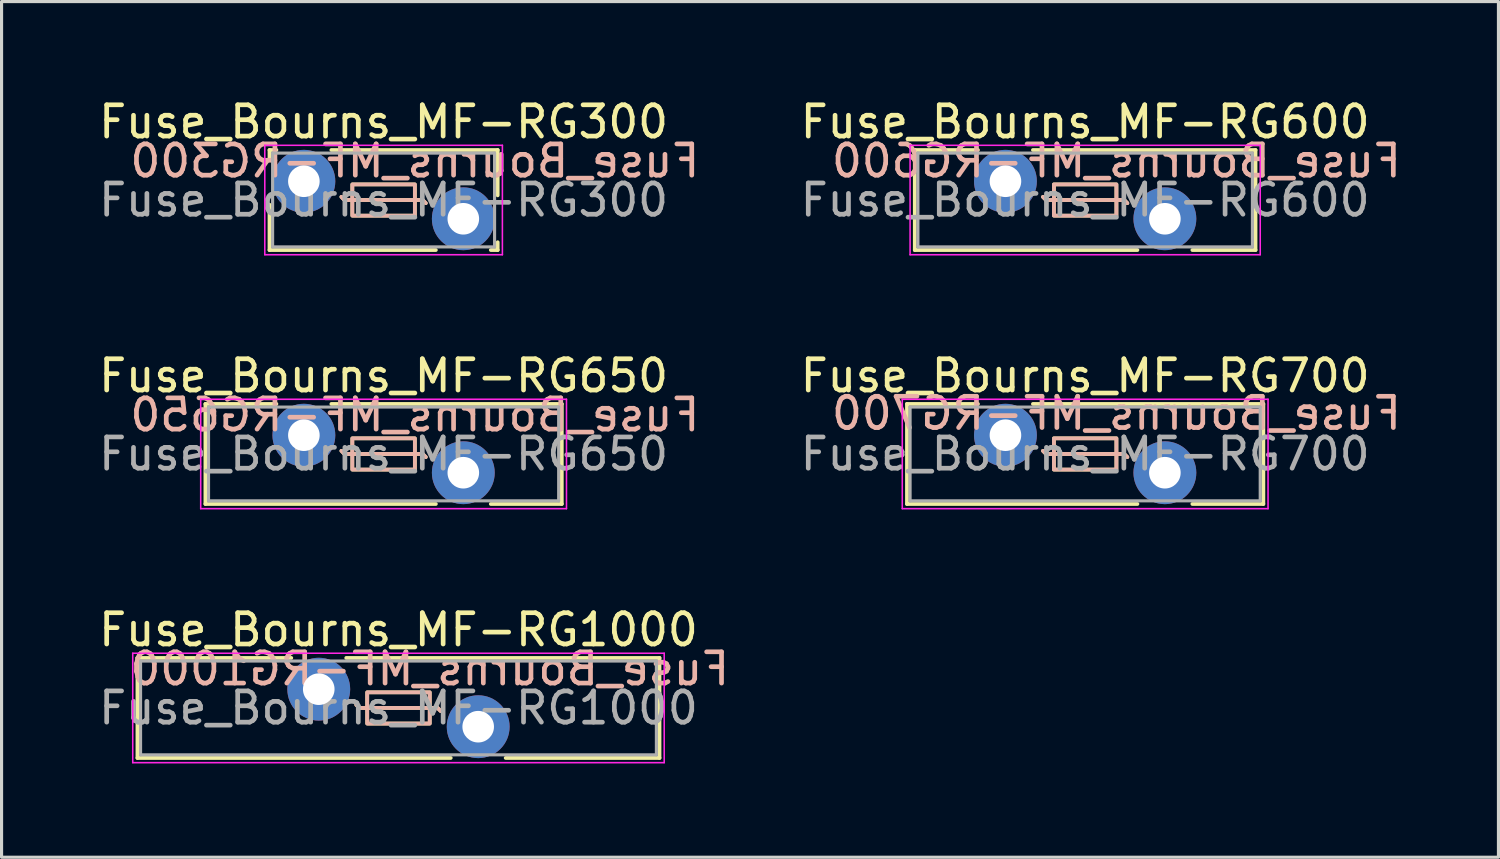
<source format=kicad_pcb>
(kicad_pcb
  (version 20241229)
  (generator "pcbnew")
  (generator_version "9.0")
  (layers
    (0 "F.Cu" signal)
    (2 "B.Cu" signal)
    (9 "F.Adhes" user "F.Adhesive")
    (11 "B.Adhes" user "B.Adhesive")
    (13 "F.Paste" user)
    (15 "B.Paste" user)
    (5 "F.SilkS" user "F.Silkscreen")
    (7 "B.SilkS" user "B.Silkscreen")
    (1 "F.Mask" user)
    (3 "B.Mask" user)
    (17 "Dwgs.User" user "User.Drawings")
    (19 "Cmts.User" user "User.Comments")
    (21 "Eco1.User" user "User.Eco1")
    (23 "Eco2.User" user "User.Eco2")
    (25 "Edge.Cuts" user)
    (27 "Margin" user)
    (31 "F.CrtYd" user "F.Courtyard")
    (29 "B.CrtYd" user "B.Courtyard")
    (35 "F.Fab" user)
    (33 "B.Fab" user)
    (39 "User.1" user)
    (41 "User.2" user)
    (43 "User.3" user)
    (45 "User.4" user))
  (footprint "Fuse_Bourns_MF-RG300"
    (layer "F.Cu")
    (at 6.67 2.748)
    (property "Reference" "Fuse_Bourns_MF-RG300" (at 2.55 -1.9 0) (layer "F.SilkS") (effects (font (size 1 1) (thickness 0.15))))
    (fp_line (start -1.1 -1) (end -1.1 -0.75) (stroke (width 0.12) (type solid)) (layer "F.SilkS"))
    (fp_line (start -1.1 -1) (end -0.879 -1) (stroke (width 0.12) (type solid)) (layer "F.SilkS"))
    (fp_line (start -1.1 0.75) (end -1.1 2.2) (stroke (width 0.12) (type solid)) (layer "F.SilkS"))
    (fp_line (start -1.1 2.2) (end 4.222 2.2) (stroke (width 0.12) (type solid)) (layer "F.SilkS"))
    (fp_line (start 0.879 -1) (end 6.2 -1) (stroke (width 0.12) (type solid)) (layer "F.SilkS"))
    (fp_line (start 1.3 0.6) (end 1.2 0.5) (stroke (width 0.12) (type solid)) (layer "F.SilkS"))
    (fp_line (start 3.8 0.6) (end 1.3 0.6) (stroke (width 0.12) (type solid)) (layer "F.SilkS"))
    (fp_line (start 3.8 0.6) (end 3.9 0.7) (stroke (width 0.12) (type solid)) (layer "F.SilkS"))
    (fp_line (start 5.979 2.2) (end 6.2 2.2) (stroke (width 0.12) (type solid)) (layer "F.SilkS"))
    (fp_line (start 6.2 -1) (end 6.2 0.451) (stroke (width 0.12) (type solid)) (layer "F.SilkS"))
    (fp_line (start 6.2 1.95) (end 6.2 2.2) (stroke (width 0.12) (type solid)) (layer "F.SilkS"))
    (fp_rect (start 1.55 0.1) (end 3.55 1.1) (stroke (width 0.12) (type solid)) (fill no) (layer "F.SilkS"))
    (fp_line (start 1.2 0.5) (end 1.25 0.55) (stroke (width 0.12) (type solid)) (layer "B.SilkS"))
    (fp_line (start 1.25 0.55) (end 1.3 0.6) (stroke (width 0.12) (type solid)) (layer "B.SilkS"))
    (fp_line (start 3.8 0.6) (end 1.3 0.6) (stroke (width 0.12) (type solid)) (layer "B.SilkS"))
    (fp_line (start 3.8 0.6) (end 3.9 0.7) (stroke (width 0.12) (type solid)) (layer "B.SilkS"))
    (fp_rect (start 1.55 0.1) (end 3.55 1.1) (stroke (width 0.12) (type solid)) (fill no) (layer "B.SilkS"))
    (fp_line (start -1.25 -1.15) (end -1.25 2.35) (stroke (width 0.05) (type solid)) (layer "F.CrtYd"))
    (fp_line (start -1.25 2.35) (end 6.35 2.35) (stroke (width 0.05) (type solid)) (layer "F.CrtYd"))
    (fp_line (start 6.35 -1.15) (end -1.25 -1.15) (stroke (width 0.05) (type solid)) (layer "F.CrtYd"))
    (fp_line (start 6.35 2.35) (end 6.35 -1.15) (stroke (width 0.05) (type solid)) (layer "F.CrtYd"))
    (fp_line (start -1 -0.9) (end -1 2.1) (stroke (width 0.1) (type solid)) (layer "F.Fab"))
    (fp_line (start -1 2.1) (end 6.1 2.1) (stroke (width 0.1) (type solid)) (layer "F.Fab"))
    (fp_line (start 6.1 -0.9) (end -1 -0.9) (stroke (width 0.1) (type solid)) (layer "F.Fab"))
    (fp_line (start 6.1 2.1) (end 6.1 -0.9) (stroke (width 0.1) (type solid)) (layer "F.Fab"))
    (fp_text user "${REFERENCE}" (at 3.55 -0.65 0) (layer "B.SilkS") (effects (font (size 1 1) (thickness 0.15)) (justify mirror)))
    (fp_text user "${REFERENCE}" (at 2.55 0.6 0) (layer "F.Fab") (effects (font (size 1 1) (thickness 0.15))))
    (pad "1" thru_hole circle (at 0 0) (size 2.01 2.01) (drill 1.01) (layers "*.Cu" "*.Mask"))
    (pad "2" thru_hole circle (at 5.1 1.2) (size 2.01 2.01) (drill 1.01) (layers "*.Cu" "*.Mask")))
  (footprint "Fuse_Bourns_MF-RG650"
    (layer "F.Cu")
    (at 6.67 10.871)
    (property "Reference" "Fuse_Bourns_MF-RG650" (at 2.55 -1.9 0) (layer "F.SilkS") (effects (font (size 1 1) (thickness 0.15))))
    (fp_line (start -3.15 -1) (end -3.15 2.2) (stroke (width 0.12) (type solid)) (layer "F.SilkS"))
    (fp_line (start -3.15 -1) (end -0.879 -1) (stroke (width 0.12) (type solid)) (layer "F.SilkS"))
    (fp_line (start -3.15 2.2) (end 4.222 2.2) (stroke (width 0.12) (type solid)) (layer "F.SilkS"))
    (fp_line (start 0.879 -1) (end 8.25 -1) (stroke (width 0.12) (type solid)) (layer "F.SilkS"))
    (fp_line (start 1.3 0.6) (end 1.2 0.5) (stroke (width 0.12) (type solid)) (layer "F.SilkS"))
    (fp_line (start 3.8 0.6) (end 1.3 0.6) (stroke (width 0.12) (type solid)) (layer "F.SilkS"))
    (fp_line (start 3.8 0.6) (end 3.9 0.7) (stroke (width 0.12) (type solid)) (layer "F.SilkS"))
    (fp_line (start 5.979 2.2) (end 8.25 2.2) (stroke (width 0.12) (type solid)) (layer "F.SilkS"))
    (fp_line (start 8.25 -1) (end 8.25 2.2) (stroke (width 0.12) (type solid)) (layer "F.SilkS"))
    (fp_rect (start 1.55 0.1) (end 3.55 1.1) (stroke (width 0.12) (type solid)) (fill no) (layer "F.SilkS"))
    (fp_line (start 1.2 0.5) (end 1.3 0.6) (stroke (width 0.12) (type solid)) (layer "B.SilkS"))
    (fp_line (start 1.3 0.6) (end 3.8 0.6) (stroke (width 0.12) (type solid)) (layer "B.SilkS"))
    (fp_line (start 3.8 0.6) (end 3.9 0.7) (stroke (width 0.12) (type solid)) (layer "B.SilkS"))
    (fp_rect (start 1.55 0.1) (end 3.55 1.1) (stroke (width 0.12) (type solid)) (fill no) (layer "B.SilkS"))
    (fp_line (start -3.3 -1.15) (end -3.3 2.35) (stroke (width 0.05) (type solid)) (layer "F.CrtYd"))
    (fp_line (start -3.3 2.35) (end 8.4 2.35) (stroke (width 0.05) (type solid)) (layer "F.CrtYd"))
    (fp_line (start 8.4 -1.15) (end -3.3 -1.15) (stroke (width 0.05) (type solid)) (layer "F.CrtYd"))
    (fp_line (start 8.4 2.35) (end 8.4 -1.15) (stroke (width 0.05) (type solid)) (layer "F.CrtYd"))
    (fp_line (start -3.05 -0.9) (end -3.05 2.1) (stroke (width 0.1) (type solid)) (layer "F.Fab"))
    (fp_line (start -3.05 2.1) (end 8.15 2.1) (stroke (width 0.1) (type solid)) (layer "F.Fab"))
    (fp_line (start 8.15 -0.9) (end -3.05 -0.9) (stroke (width 0.1) (type solid)) (layer "F.Fab"))
    (fp_line (start 8.15 2.1) (end 8.15 -0.9) (stroke (width 0.1) (type solid)) (layer "F.Fab"))
    (fp_text user "${REFERENCE}" (at 3.55 -0.65 0) (layer "B.SilkS") (effects (font (size 1 1) (thickness 0.15)) (justify mirror)))
    (fp_text user "${REFERENCE}" (at 2.55 0.6 0) (layer "F.Fab") (effects (font (size 1 1) (thickness 0.15))))
    (pad "1" thru_hole circle (at 0 0) (size 2.01 2.01) (drill 1.01) (layers "*.Cu" "*.Mask"))
    (pad "2" thru_hole circle (at 5.1 1.2) (size 2.01 2.01) (drill 1.01) (layers "*.Cu" "*.Mask")))
  (footprint "Fuse_Bourns_MF-RG600"
    (layer "F.Cu")
    (at 29.111 2.748)
    (property "Reference" "Fuse_Bourns_MF-RG600" (at 2.55 -1.9 0) (layer "F.SilkS") (effects (font (size 1 1) (thickness 0.15))))
    (fp_line (start -2.9 -1) (end -2.9 2.2) (stroke (width 0.12) (type solid)) (layer "F.SilkS"))
    (fp_line (start -2.9 -1) (end -0.879 -1) (stroke (width 0.12) (type solid)) (layer "F.SilkS"))
    (fp_line (start -2.9 2.2) (end 4.222 2.2) (stroke (width 0.12) (type solid)) (layer "F.SilkS"))
    (fp_line (start 0.879 -1) (end 8 -1) (stroke (width 0.12) (type solid)) (layer "F.SilkS"))
    (fp_line (start 1.3 0.6) (end 1.2 0.5) (stroke (width 0.12) (type solid)) (layer "F.SilkS"))
    (fp_line (start 3.8 0.6) (end 1.3 0.6) (stroke (width 0.12) (type solid)) (layer "F.SilkS"))
    (fp_line (start 3.8 0.6) (end 3.9 0.7) (stroke (width 0.12) (type solid)) (layer "F.SilkS"))
    (fp_line (start 5.979 2.2) (end 8 2.2) (stroke (width 0.12) (type solid)) (layer "F.SilkS"))
    (fp_line (start 8 -1) (end 8 2.2) (stroke (width 0.12) (type solid)) (layer "F.SilkS"))
    (fp_rect (start 1.55 0.1) (end 3.55 1.1) (stroke (width 0.12) (type solid)) (fill no) (layer "F.SilkS"))
    (fp_line (start 1.2 0.5) (end 1.3 0.6) (stroke (width 0.12) (type solid)) (layer "B.SilkS"))
    (fp_line (start 1.3 0.6) (end 3.8 0.6) (stroke (width 0.12) (type solid)) (layer "B.SilkS"))
    (fp_line (start 3.8 0.6) (end 3.9 0.7) (stroke (width 0.12) (type solid)) (layer "B.SilkS"))
    (fp_rect (start 1.55 0.1) (end 3.55 1.1) (stroke (width 0.12) (type solid)) (fill no) (layer "B.SilkS"))
    (fp_line (start -3.05 -1.15) (end -3.05 2.35) (stroke (width 0.05) (type solid)) (layer "F.CrtYd"))
    (fp_line (start -3.05 2.35) (end 8.15 2.35) (stroke (width 0.05) (type solid)) (layer "F.CrtYd"))
    (fp_line (start 8.15 -1.15) (end -3.05 -1.15) (stroke (width 0.05) (type solid)) (layer "F.CrtYd"))
    (fp_line (start 8.15 2.35) (end 8.15 -1.15) (stroke (width 0.05) (type solid)) (layer "F.CrtYd"))
    (fp_line (start -2.8 -0.9) (end -2.8 2.1) (stroke (width 0.1) (type solid)) (layer "F.Fab"))
    (fp_line (start -2.8 2.1) (end 7.9 2.1) (stroke (width 0.1) (type solid)) (layer "F.Fab"))
    (fp_line (start 7.9 -0.9) (end -2.8 -0.9) (stroke (width 0.1) (type solid)) (layer "F.Fab"))
    (fp_line (start 7.9 2.1) (end 7.9 -0.9) (stroke (width 0.1) (type solid)) (layer "F.Fab"))
    (fp_text user "${REFERENCE}" (at 3.55 -0.65 0) (layer "B.SilkS") (effects (font (size 1 1) (thickness 0.15)) (justify mirror)))
    (fp_text user "${REFERENCE}" (at 2.55 0.6 0) (layer "F.Fab") (effects (font (size 1 1) (thickness 0.15))))
    (pad "1" thru_hole circle (at 0 0) (size 2.01 2.01) (drill 1.01) (layers "*.Cu" "*.Mask"))
    (pad "2" thru_hole circle (at 5.1 1.2) (size 2.01 2.01) (drill 1.01) (layers "*.Cu" "*.Mask")))
  (footprint "Fuse_Bourns_MF-RG700"
    (layer "F.Cu")
    (at 29.111 10.871)
    (property "Reference" "Fuse_Bourns_MF-RG700" (at 2.55 -1.9 0) (layer "F.SilkS") (effects (font (size 1 1) (thickness 0.15))))
    (fp_line (start -3.15 -1) (end -3.15 2.2) (stroke (width 0.12) (type solid)) (layer "F.SilkS"))
    (fp_line (start -3.15 -1) (end -0.879 -1) (stroke (width 0.12) (type solid)) (layer "F.SilkS"))
    (fp_line (start -3.15 2.2) (end 4.222 2.2) (stroke (width 0.12) (type solid)) (layer "F.SilkS"))
    (fp_line (start 0.879 -1) (end 8.25 -1) (stroke (width 0.12) (type solid)) (layer "F.SilkS"))
    (fp_line (start 1.3 0.6) (end 1.2 0.5) (stroke (width 0.12) (type solid)) (layer "F.SilkS"))
    (fp_line (start 3.8 0.6) (end 1.3 0.6) (stroke (width 0.12) (type solid)) (layer "F.SilkS"))
    (fp_line (start 3.8 0.6) (end 3.9 0.7) (stroke (width 0.12) (type solid)) (layer "F.SilkS"))
    (fp_line (start 5.979 2.2) (end 8.25 2.2) (stroke (width 0.12) (type solid)) (layer "F.SilkS"))
    (fp_line (start 8.25 -1) (end 8.25 2.2) (stroke (width 0.12) (type solid)) (layer "F.SilkS"))
    (fp_rect (start 1.55 0.1) (end 3.55 1.1) (stroke (width 0.12) (type solid)) (fill no) (layer "F.SilkS"))
    (fp_line (start 1.2 0.5) (end 1.3 0.6) (stroke (width 0.12) (type solid)) (layer "B.SilkS"))
    (fp_line (start 1.3 0.6) (end 3.8 0.6) (stroke (width 0.12) (type solid)) (layer "B.SilkS"))
    (fp_line (start 3.8 0.6) (end 3.9 0.7) (stroke (width 0.12) (type solid)) (layer "B.SilkS"))
    (fp_rect (start 1.55 0.1) (end 3.55 1.1) (stroke (width 0.12) (type solid)) (fill no) (layer "B.SilkS"))
    (fp_line (start -3.3 -1.15) (end -3.3 2.35) (stroke (width 0.05) (type solid)) (layer "F.CrtYd"))
    (fp_line (start -3.3 2.35) (end 8.4 2.35) (stroke (width 0.05) (type solid)) (layer "F.CrtYd"))
    (fp_line (start 8.4 -1.15) (end -3.3 -1.15) (stroke (width 0.05) (type solid)) (layer "F.CrtYd"))
    (fp_line (start 8.4 2.35) (end 8.4 -1.15) (stroke (width 0.05) (type solid)) (layer "F.CrtYd"))
    (fp_line (start -3.05 -0.9) (end -3.05 2.1) (stroke (width 0.1) (type solid)) (layer "F.Fab"))
    (fp_line (start -3.05 2.1) (end 8.15 2.1) (stroke (width 0.1) (type solid)) (layer "F.Fab"))
    (fp_line (start 8.15 -0.9) (end -3.05 -0.9) (stroke (width 0.1) (type solid)) (layer "F.Fab"))
    (fp_line (start 8.15 2.1) (end 8.15 -0.9) (stroke (width 0.1) (type solid)) (layer "F.Fab"))
    (fp_text user "${REFERENCE}" (at 3.55 -0.7 0) (layer "B.SilkS") (effects (font (size 1 1) (thickness 0.15)) (justify mirror)))
    (fp_text user "${REFERENCE}" (at 2.55 0.6 0) (layer "F.Fab") (effects (font (size 1 1) (thickness 0.15))))
    (pad "1" thru_hole circle (at 0 0) (size 2.01 2.01) (drill 1.01) (layers "*.Cu" "*.Mask"))
    (pad "2" thru_hole circle (at 5.1 1.2) (size 2.01 2.01) (drill 1.01) (layers "*.Cu" "*.Mask")))
  (footprint "Fuse_Bourns_MF-RG1000"
    (layer "F.Cu")
    (at 7.146 18.995)
    (property "Reference" "Fuse_Bourns_MF-RG1000" (at 2.55 -1.9 0) (layer "F.SilkS") (effects (font (size 1 1) (thickness 0.15))))
    (fp_line (start -5.8 -1) (end -5.8 2.2) (stroke (width 0.12) (type solid)) (layer "F.SilkS"))
    (fp_line (start -5.8 -1) (end -0.879 -1) (stroke (width 0.12) (type solid)) (layer "F.SilkS"))
    (fp_line (start -5.8 2.2) (end 4.222 2.2) (stroke (width 0.12) (type solid)) (layer "F.SilkS"))
    (fp_line (start 0.879 -1) (end 10.9 -1) (stroke (width 0.12) (type solid)) (layer "F.SilkS"))
    (fp_line (start 1.3 0.6) (end 1.2 0.5) (stroke (width 0.12) (type solid)) (layer "F.SilkS"))
    (fp_line (start 3.8 0.6) (end 1.3 0.6) (stroke (width 0.12) (type solid)) (layer "F.SilkS"))
    (fp_line (start 3.8 0.6) (end 3.9 0.7) (stroke (width 0.12) (type solid)) (layer "F.SilkS"))
    (fp_line (start 5.979 2.2) (end 10.9 2.2) (stroke (width 0.12) (type solid)) (layer "F.SilkS"))
    (fp_line (start 10.9 -1) (end 10.9 2.2) (stroke (width 0.12) (type solid)) (layer "F.SilkS"))
    (fp_rect (start 1.55 0.1) (end 3.55 1.1) (stroke (width 0.12) (type solid)) (fill no) (layer "F.SilkS"))
    (fp_line (start 1.2 0.5) (end 1.3 0.6) (stroke (width 0.12) (type solid)) (layer "B.SilkS"))
    (fp_line (start 1.3 0.6) (end 3.8 0.6) (stroke (width 0.12) (type solid)) (layer "B.SilkS"))
    (fp_line (start 3.8 0.6) (end 3.9 0.7) (stroke (width 0.12) (type solid)) (layer "B.SilkS"))
    (fp_rect (start 1.55 0.1) (end 3.55 1.1) (stroke (width 0.12) (type solid)) (fill no) (layer "B.SilkS"))
    (fp_line (start -5.95 -1.15) (end -5.95 2.35) (stroke (width 0.05) (type solid)) (layer "F.CrtYd"))
    (fp_line (start -5.95 2.35) (end 11.05 2.35) (stroke (width 0.05) (type solid)) (layer "F.CrtYd"))
    (fp_line (start 11.05 -1.15) (end -5.95 -1.15) (stroke (width 0.05) (type solid)) (layer "F.CrtYd"))
    (fp_line (start 11.05 2.35) (end 11.05 -1.15) (stroke (width 0.05) (type solid)) (layer "F.CrtYd"))
    (fp_line (start -5.7 -0.9) (end -5.7 2.1) (stroke (width 0.1) (type solid)) (layer "F.Fab"))
    (fp_line (start -5.7 2.1) (end 10.8 2.1) (stroke (width 0.1) (type solid)) (layer "F.Fab"))
    (fp_line (start 10.8 -0.9) (end -5.7 -0.9) (stroke (width 0.1) (type solid)) (layer "F.Fab"))
    (fp_line (start 10.8 2.1) (end 10.8 -0.9) (stroke (width 0.1) (type solid)) (layer "F.Fab"))
    (fp_text user "${REFERENCE}" (at 3.55 -0.65 0) (layer "B.SilkS") (effects (font (size 1 1) (thickness 0.15)) (justify mirror)))
    (fp_text user "${REFERENCE}" (at 2.55 0.6 0) (layer "F.Fab") (effects (font (size 1 1) (thickness 0.15))))
    (pad "1" thru_hole circle (at 0 0) (size 2.01 2.01) (drill 1.01) (layers "*.Cu" "*.Mask"))
    (pad "2" thru_hole circle (at 5.1 1.2) (size 2.01 2.01) (drill 1.01) (layers "*.Cu" "*.Mask")))
  (gr_rect
    (start -3 -3)
    (end 44.881 24.37)
    (stroke (width 0.1) (type default))
    (fill no)
    (layer "Edge.Cuts")))
</source>
